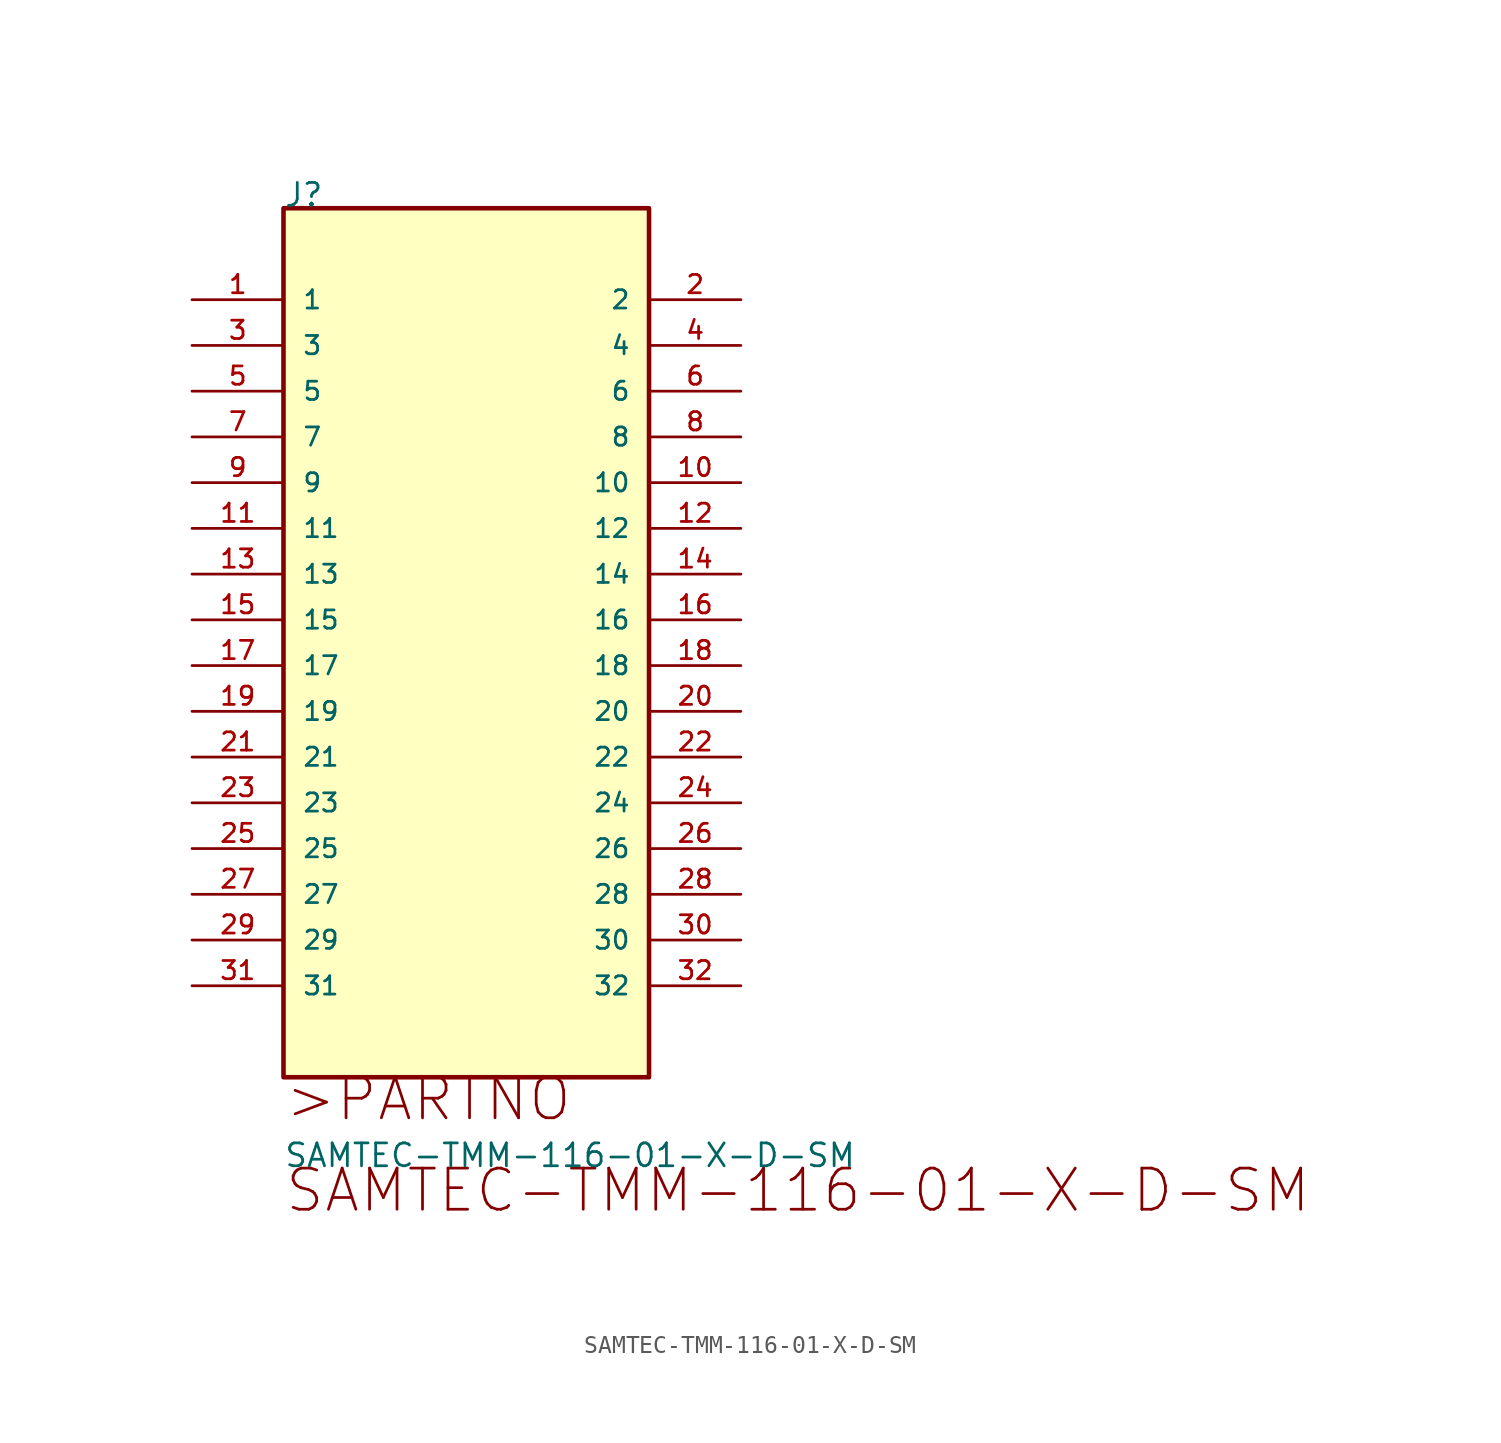
<source format=kicad_sym>
(kicad_symbol_lib
  (version 20211014)
  (generator kicad_symbol_editor)
  (symbol "SAMTEC-TMM-116-01-X-D-SM"
    (pin_names
      (offset 1.016))
    (property "Reference" "J"
      (at 0.0 5.08 0)
      (effects (font (size 1.27 1.27)) (justify bottom left)))
    (property "Value" "SAMTEC-TMM-116-01-X-D-SM"
      (at 0.0 -48.26 0)
      (effects (font (size 1.27 1.27)) (justify bottom left)))
    (symbol "SAMTEC-TMM-116-01-X-D-SM_0_0"
      (text ">PARTNO" (at 0.0 -45.72 0) (effects (font (size 2.286 2.286)) (justify bottom left)))
      (text "SAMTEC-TMM-116-01-X-D-SM" (at 0.0 -50.8 0) (effects (font (size 2.286 2.286)) (justify bottom left)))
      (rectangle (start 0.0 -43.18) (end 20.3 5.08) (stroke (width 0.254)) (fill (type background)))
      (pin passive line (at -5.08 -0.0 0) (length 5.08) (name "1" (effects (font (size 1.016 1.016)))) (number "1" (effects (font (size 1.016 1.016)))))
      (pin passive line (at 25.4 -0.0 180.0) (length 5.08) (name "2" (effects (font (size 1.016 1.016)))) (number "2" (effects (font (size 1.016 1.016)))))
      (pin passive line (at -5.08 -2.54 0) (length 5.08) (name "3" (effects (font (size 1.016 1.016)))) (number "3" (effects (font (size 1.016 1.016)))))
      (pin passive line (at 25.4 -2.54 180.0) (length 5.08) (name "4" (effects (font (size 1.016 1.016)))) (number "4" (effects (font (size 1.016 1.016)))))
      (pin passive line (at -5.08 -5.08 0) (length 5.08) (name "5" (effects (font (size 1.016 1.016)))) (number "5" (effects (font (size 1.016 1.016)))))
      (pin passive line (at 25.4 -5.08 180.0) (length 5.08) (name "6" (effects (font (size 1.016 1.016)))) (number "6" (effects (font (size 1.016 1.016)))))
      (pin passive line (at -5.08 -7.62 0) (length 5.08) (name "7" (effects (font (size 1.016 1.016)))) (number "7" (effects (font (size 1.016 1.016)))))
      (pin passive line (at 25.4 -7.62 180.0) (length 5.08) (name "8" (effects (font (size 1.016 1.016)))) (number "8" (effects (font (size 1.016 1.016)))))
      (pin passive line (at -5.08 -10.16 0) (length 5.08) (name "9" (effects (font (size 1.016 1.016)))) (number "9" (effects (font (size 1.016 1.016)))))
      (pin passive line (at 25.4 -10.16 180.0) (length 5.08) (name "10" (effects (font (size 1.016 1.016)))) (number "10" (effects (font (size 1.016 1.016)))))
      (pin passive line (at -5.08 -12.7 0) (length 5.08) (name "11" (effects (font (size 1.016 1.016)))) (number "11" (effects (font (size 1.016 1.016)))))
      (pin passive line (at 25.4 -12.7 180.0) (length 5.08) (name "12" (effects (font (size 1.016 1.016)))) (number "12" (effects (font (size 1.016 1.016)))))
      (pin passive line (at -5.08 -15.24 0) (length 5.08) (name "13" (effects (font (size 1.016 1.016)))) (number "13" (effects (font (size 1.016 1.016)))))
      (pin passive line (at 25.4 -15.24 180.0) (length 5.08) (name "14" (effects (font (size 1.016 1.016)))) (number "14" (effects (font (size 1.016 1.016)))))
      (pin passive line (at -5.08 -17.78 0) (length 5.08) (name "15" (effects (font (size 1.016 1.016)))) (number "15" (effects (font (size 1.016 1.016)))))
      (pin passive line (at 25.4 -17.78 180.0) (length 5.08) (name "16" (effects (font (size 1.016 1.016)))) (number "16" (effects (font (size 1.016 1.016)))))
      (pin passive line (at -5.08 -20.32 0) (length 5.08) (name "17" (effects (font (size 1.016 1.016)))) (number "17" (effects (font (size 1.016 1.016)))))
      (pin passive line (at 25.4 -20.32 180.0) (length 5.08) (name "18" (effects (font (size 1.016 1.016)))) (number "18" (effects (font (size 1.016 1.016)))))
      (pin passive line (at -5.08 -22.86 0) (length 5.08) (name "19" (effects (font (size 1.016 1.016)))) (number "19" (effects (font (size 1.016 1.016)))))
      (pin passive line (at 25.4 -22.86 180.0) (length 5.08) (name "20" (effects (font (size 1.016 1.016)))) (number "20" (effects (font (size 1.016 1.016)))))
      (pin passive line (at -5.08 -25.4 0) (length 5.08) (name "21" (effects (font (size 1.016 1.016)))) (number "21" (effects (font (size 1.016 1.016)))))
      (pin passive line (at 25.4 -25.4 180.0) (length 5.08) (name "22" (effects (font (size 1.016 1.016)))) (number "22" (effects (font (size 1.016 1.016)))))
      (pin passive line (at -5.08 -27.94 0) (length 5.08) (name "23" (effects (font (size 1.016 1.016)))) (number "23" (effects (font (size 1.016 1.016)))))
      (pin passive line (at 25.4 -27.94 180.0) (length 5.08) (name "24" (effects (font (size 1.016 1.016)))) (number "24" (effects (font (size 1.016 1.016)))))
      (pin passive line (at -5.08 -30.48 0) (length 5.08) (name "25" (effects (font (size 1.016 1.016)))) (number "25" (effects (font (size 1.016 1.016)))))
      (pin passive line (at 25.4 -30.48 180.0) (length 5.08) (name "26" (effects (font (size 1.016 1.016)))) (number "26" (effects (font (size 1.016 1.016)))))
      (pin passive line (at -5.08 -33.02 0) (length 5.08) (name "27" (effects (font (size 1.016 1.016)))) (number "27" (effects (font (size 1.016 1.016)))))
      (pin passive line (at 25.4 -33.02 180.0) (length 5.08) (name "28" (effects (font (size 1.016 1.016)))) (number "28" (effects (font (size 1.016 1.016)))))
      (pin passive line (at -5.08 -35.56 0) (length 5.08) (name "29" (effects (font (size 1.016 1.016)))) (number "29" (effects (font (size 1.016 1.016)))))
      (pin passive line (at 25.4 -35.56 180.0) (length 5.08) (name "30" (effects (font (size 1.016 1.016)))) (number "30" (effects (font (size 1.016 1.016)))))
      (pin passive line (at -5.08 -38.1 0) (length 5.08) (name "31" (effects (font (size 1.016 1.016)))) (number "31" (effects (font (size 1.016 1.016)))))
      (pin passive line (at 25.4 -38.1 180.0) (length 5.08) (name "32" (effects (font (size 1.016 1.016)))) (number "32" (effects (font (size 1.016 1.016))))))))
</source>
